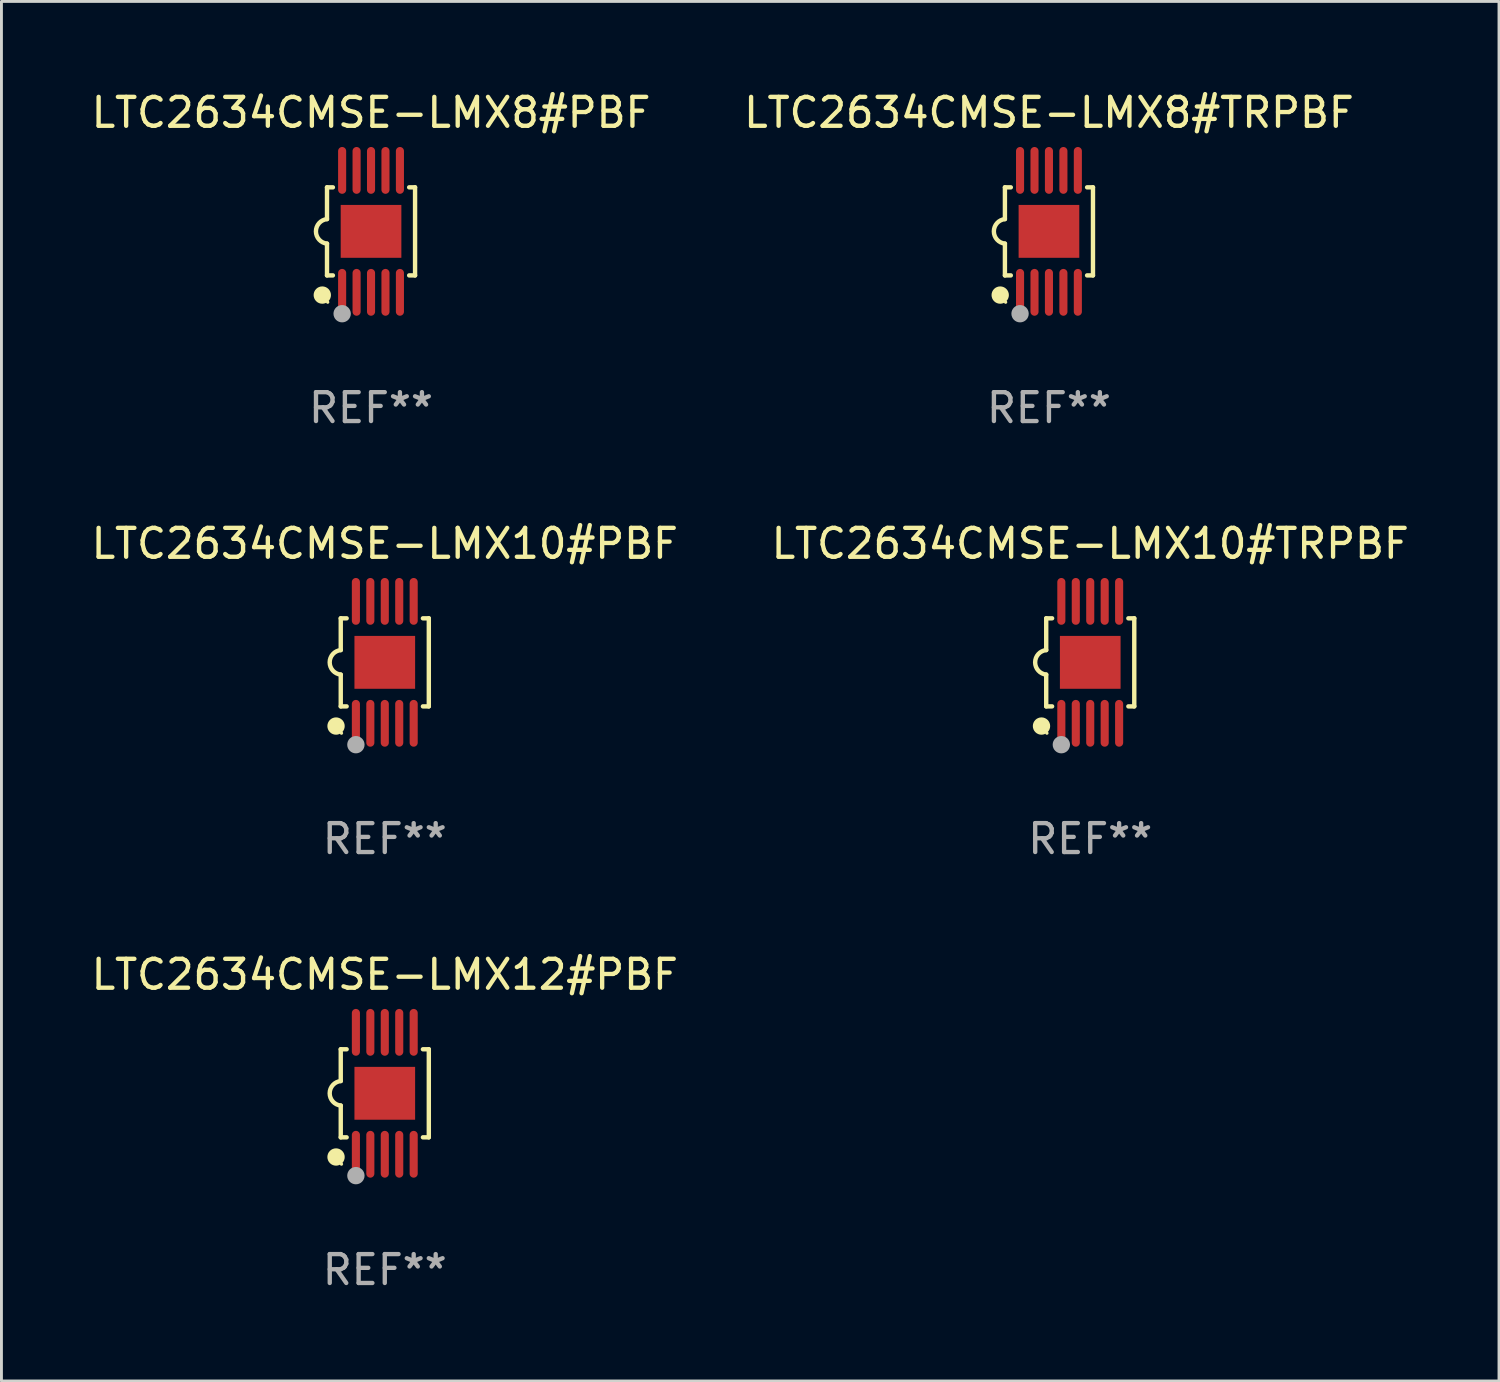
<source format=kicad_pcb>
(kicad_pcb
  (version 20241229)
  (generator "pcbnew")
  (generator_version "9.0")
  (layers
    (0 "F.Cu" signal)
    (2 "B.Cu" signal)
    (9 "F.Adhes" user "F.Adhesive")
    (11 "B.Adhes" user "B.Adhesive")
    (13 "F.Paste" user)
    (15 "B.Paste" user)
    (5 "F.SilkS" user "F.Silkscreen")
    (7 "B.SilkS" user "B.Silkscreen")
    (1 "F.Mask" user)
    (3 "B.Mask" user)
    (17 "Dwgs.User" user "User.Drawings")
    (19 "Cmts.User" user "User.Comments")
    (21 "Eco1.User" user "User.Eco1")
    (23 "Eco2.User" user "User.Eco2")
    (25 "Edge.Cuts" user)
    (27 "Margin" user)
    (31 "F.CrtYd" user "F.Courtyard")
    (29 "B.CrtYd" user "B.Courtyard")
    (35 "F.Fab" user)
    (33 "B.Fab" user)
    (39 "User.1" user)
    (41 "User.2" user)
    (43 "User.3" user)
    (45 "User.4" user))
  (footprint "LTC2634CMSE-LMX8#TRPBF"
    (layer "F.Cu")
    (at 33.256 4.958)
    (property "Reference" "LTC2634CMSE-LMX8#TRPBF" (at 0 -4.11 0) (layer "F.SilkS") (effects (font (size 1 1) (thickness 0.15))))
    (attr through_hole)
    (fp_line (start -1.524 -1.524) (end -1.524 -0.424) (stroke (width 0.152) (type solid)) (layer "F.SilkS"))
    (fp_line (start -1.524 1.524) (end -1.524 0.424) (stroke (width 0.152) (type solid)) (layer "F.SilkS"))
    (fp_line (start -1.524 1.524) (end -1.32 1.524) (stroke (width 0.152) (type solid)) (layer "F.SilkS"))
    (fp_line (start -1.32 -1.524) (end -1.524 -1.524) (stroke (width 0.152) (type solid)) (layer "F.SilkS"))
    (fp_line (start 1.32 1.524) (end 1.524 1.524) (stroke (width 0.152) (type solid)) (layer "F.SilkS"))
    (fp_line (start 1.524 -1.524) (end 1.32 -1.524) (stroke (width 0.152) (type solid)) (layer "F.SilkS"))
    (fp_line (start 1.524 1.524) (end 1.524 -1.524) (stroke (width 0.152) (type solid)) (layer "F.SilkS"))
    (fp_arc (start -1.524003 0.424003) (mid -1.906663 -0.000089) (end -1.524004 -0.424181) (stroke (width 0.151994) (type solid)) (layer "F.SilkS"))
    (fp_circle (center -1.687 2.205) (end -1.537 2.205) (stroke (width 0.3) (type solid)) (fill no) (layer "F.SilkS"))
    (fp_circle (center -1.5 2.45) (end -1.47 2.45) (stroke (width 0.06) (type solid)) (fill no) (layer "F.SilkS"))
    (fp_circle (center -1 2.85) (end -0.85 2.85) (stroke (width 0.3) (type solid)) (fill no) (layer "F.Fab"))
    (fp_text user "REF**" (at 0 6.11 0) (layer "F.Fab") (effects (font (size 1 1) (thickness 0.15))))
    (pad "1" smd oval (at -1 2.11) (size 0.28 1.62) (layers "F.Cu" "F.Mask" "F.Paste"))
    (pad "2" smd oval (at -0.5 2.11) (size 0.28 1.62) (layers "F.Cu" "F.Mask" "F.Paste"))
    (pad "3" smd oval (at 0 2.11) (size 0.28 1.62) (layers "F.Cu" "F.Mask" "F.Paste"))
    (pad "4" smd oval (at 0.5 2.11) (size 0.28 1.62) (layers "F.Cu" "F.Mask" "F.Paste"))
    (pad "5" smd oval (at 1 2.11) (size 0.28 1.62) (layers "F.Cu" "F.Mask" "F.Paste"))
    (pad "6" smd oval (at 1 -2.11) (size 0.28 1.62) (layers "F.Cu" "F.Mask" "F.Paste"))
    (pad "7" smd oval (at 0.5 -2.11) (size 0.28 1.62) (layers "F.Cu" "F.Mask" "F.Paste"))
    (pad "8" smd oval (at 0 -2.11) (size 0.28 1.62) (layers "F.Cu" "F.Mask" "F.Paste"))
    (pad "9" smd oval (at -0.5 -2.11) (size 0.28 1.62) (layers "F.Cu" "F.Mask" "F.Paste"))
    (pad "10" smd oval (at -1 -2.11) (size 0.28 1.62) (layers "F.Cu" "F.Mask" "F.Paste"))
    (pad "11" smd rect (at 0 0) (size 2.1 1.83) (layers "F.Cu" "F.Mask" "F.Paste")))
  (footprint "LTC2634CMSE-LMX12#PBF"
    (layer "F.Cu")
    (at 10.268 34.791)
    (property "Reference" "LTC2634CMSE-LMX12#PBF" (at 0 -4.11 0) (layer "F.SilkS") (effects (font (size 1 1) (thickness 0.15))))
    (attr through_hole)
    (fp_line (start -1.524 -1.524) (end -1.524 -0.424) (stroke (width 0.152) (type solid)) (layer "F.SilkS"))
    (fp_line (start -1.524 1.524) (end -1.524 0.424) (stroke (width 0.152) (type solid)) (layer "F.SilkS"))
    (fp_line (start -1.524 1.524) (end -1.32 1.524) (stroke (width 0.152) (type solid)) (layer "F.SilkS"))
    (fp_line (start -1.32 -1.524) (end -1.524 -1.524) (stroke (width 0.152) (type solid)) (layer "F.SilkS"))
    (fp_line (start 1.32 1.524) (end 1.524 1.524) (stroke (width 0.152) (type solid)) (layer "F.SilkS"))
    (fp_line (start 1.524 -1.524) (end 1.32 -1.524) (stroke (width 0.152) (type solid)) (layer "F.SilkS"))
    (fp_line (start 1.524 1.524) (end 1.524 -1.524) (stroke (width 0.152) (type solid)) (layer "F.SilkS"))
    (fp_arc (start -1.524003 0.424003) (mid -1.906663 -0.000089) (end -1.524004 -0.424181) (stroke (width 0.151994) (type solid)) (layer "F.SilkS"))
    (fp_circle (center -1.687 2.205) (end -1.537 2.205) (stroke (width 0.3) (type solid)) (fill no) (layer "F.SilkS"))
    (fp_circle (center -1.5 2.45) (end -1.47 2.45) (stroke (width 0.06) (type solid)) (fill no) (layer "F.SilkS"))
    (fp_circle (center -1 2.85) (end -0.85 2.85) (stroke (width 0.3) (type solid)) (fill no) (layer "F.Fab"))
    (fp_text user "REF**" (at 0 6.11 0) (layer "F.Fab") (effects (font (size 1 1) (thickness 0.15))))
    (pad "1" smd oval (at -1 2.11) (size 0.28 1.62) (layers "F.Cu" "F.Mask" "F.Paste"))
    (pad "2" smd oval (at -0.5 2.11) (size 0.28 1.62) (layers "F.Cu" "F.Mask" "F.Paste"))
    (pad "3" smd oval (at 0 2.11) (size 0.28 1.62) (layers "F.Cu" "F.Mask" "F.Paste"))
    (pad "4" smd oval (at 0.5 2.11) (size 0.28 1.62) (layers "F.Cu" "F.Mask" "F.Paste"))
    (pad "5" smd oval (at 1 2.11) (size 0.28 1.62) (layers "F.Cu" "F.Mask" "F.Paste"))
    (pad "6" smd oval (at 1 -2.11) (size 0.28 1.62) (layers "F.Cu" "F.Mask" "F.Paste"))
    (pad "7" smd oval (at 0.5 -2.11) (size 0.28 1.62) (layers "F.Cu" "F.Mask" "F.Paste"))
    (pad "8" smd oval (at 0 -2.11) (size 0.28 1.62) (layers "F.Cu" "F.Mask" "F.Paste"))
    (pad "9" smd oval (at -0.5 -2.11) (size 0.28 1.62) (layers "F.Cu" "F.Mask" "F.Paste"))
    (pad "10" smd oval (at -1 -2.11) (size 0.28 1.62) (layers "F.Cu" "F.Mask" "F.Paste"))
    (pad "11" smd rect (at 0 0) (size 2.1 1.83) (layers "F.Cu" "F.Mask" "F.Paste")))
  (footprint "LTC2634CMSE-LMX8#PBF"
    (layer "F.Cu")
    (at 9.792 4.958)
    (property "Reference" "LTC2634CMSE-LMX8#PBF" (at 0 -4.11 0) (layer "F.SilkS") (effects (font (size 1 1) (thickness 0.15))))
    (attr through_hole)
    (fp_line (start -1.524 -1.524) (end -1.524 -0.424) (stroke (width 0.152) (type solid)) (layer "F.SilkS"))
    (fp_line (start -1.524 1.524) (end -1.524 0.424) (stroke (width 0.152) (type solid)) (layer "F.SilkS"))
    (fp_line (start -1.524 1.524) (end -1.32 1.524) (stroke (width 0.152) (type solid)) (layer "F.SilkS"))
    (fp_line (start -1.32 -1.524) (end -1.524 -1.524) (stroke (width 0.152) (type solid)) (layer "F.SilkS"))
    (fp_line (start 1.32 1.524) (end 1.524 1.524) (stroke (width 0.152) (type solid)) (layer "F.SilkS"))
    (fp_line (start 1.524 -1.524) (end 1.32 -1.524) (stroke (width 0.152) (type solid)) (layer "F.SilkS"))
    (fp_line (start 1.524 1.524) (end 1.524 -1.524) (stroke (width 0.152) (type solid)) (layer "F.SilkS"))
    (fp_arc (start -1.524003 0.424003) (mid -1.906663 -0.000089) (end -1.524004 -0.424181) (stroke (width 0.151994) (type solid)) (layer "F.SilkS"))
    (fp_circle (center -1.687 2.205) (end -1.537 2.205) (stroke (width 0.3) (type solid)) (fill no) (layer "F.SilkS"))
    (fp_circle (center -1.5 2.45) (end -1.47 2.45) (stroke (width 0.06) (type solid)) (fill no) (layer "F.SilkS"))
    (fp_circle (center -1 2.85) (end -0.85 2.85) (stroke (width 0.3) (type solid)) (fill no) (layer "F.Fab"))
    (fp_text user "REF**" (at 0 6.11 0) (layer "F.Fab") (effects (font (size 1 1) (thickness 0.15))))
    (pad "1" smd oval (at -1 2.11) (size 0.28 1.62) (layers "F.Cu" "F.Mask" "F.Paste"))
    (pad "2" smd oval (at -0.5 2.11) (size 0.28 1.62) (layers "F.Cu" "F.Mask" "F.Paste"))
    (pad "3" smd oval (at 0 2.11) (size 0.28 1.62) (layers "F.Cu" "F.Mask" "F.Paste"))
    (pad "4" smd oval (at 0.5 2.11) (size 0.28 1.62) (layers "F.Cu" "F.Mask" "F.Paste"))
    (pad "5" smd oval (at 1 2.11) (size 0.28 1.62) (layers "F.Cu" "F.Mask" "F.Paste"))
    (pad "6" smd oval (at 1 -2.11) (size 0.28 1.62) (layers "F.Cu" "F.Mask" "F.Paste"))
    (pad "7" smd oval (at 0.5 -2.11) (size 0.28 1.62) (layers "F.Cu" "F.Mask" "F.Paste"))
    (pad "8" smd oval (at 0 -2.11) (size 0.28 1.62) (layers "F.Cu" "F.Mask" "F.Paste"))
    (pad "9" smd oval (at -0.5 -2.11) (size 0.28 1.62) (layers "F.Cu" "F.Mask" "F.Paste"))
    (pad "10" smd oval (at -1 -2.11) (size 0.28 1.62) (layers "F.Cu" "F.Mask" "F.Paste"))
    (pad "11" smd rect (at 0 0) (size 2.1 1.83) (layers "F.Cu" "F.Mask" "F.Paste")))
  (footprint "LTC2634CMSE-LMX10#PBF"
    (layer "F.Cu")
    (at 10.268 19.875)
    (property "Reference" "LTC2634CMSE-LMX10#PBF" (at 0 -4.11 0) (layer "F.SilkS") (effects (font (size 1 1) (thickness 0.15))))
    (attr through_hole)
    (fp_line (start -1.524 -1.524) (end -1.524 -0.424) (stroke (width 0.152) (type solid)) (layer "F.SilkS"))
    (fp_line (start -1.524 1.524) (end -1.524 0.424) (stroke (width 0.152) (type solid)) (layer "F.SilkS"))
    (fp_line (start -1.524 1.524) (end -1.32 1.524) (stroke (width 0.152) (type solid)) (layer "F.SilkS"))
    (fp_line (start -1.32 -1.524) (end -1.524 -1.524) (stroke (width 0.152) (type solid)) (layer "F.SilkS"))
    (fp_line (start 1.32 1.524) (end 1.524 1.524) (stroke (width 0.152) (type solid)) (layer "F.SilkS"))
    (fp_line (start 1.524 -1.524) (end 1.32 -1.524) (stroke (width 0.152) (type solid)) (layer "F.SilkS"))
    (fp_line (start 1.524 1.524) (end 1.524 -1.524) (stroke (width 0.152) (type solid)) (layer "F.SilkS"))
    (fp_arc (start -1.524003 0.424003) (mid -1.906663 -0.000089) (end -1.524004 -0.424181) (stroke (width 0.151994) (type solid)) (layer "F.SilkS"))
    (fp_circle (center -1.687 2.205) (end -1.537 2.205) (stroke (width 0.3) (type solid)) (fill no) (layer "F.SilkS"))
    (fp_circle (center -1.5 2.45) (end -1.47 2.45) (stroke (width 0.06) (type solid)) (fill no) (layer "F.SilkS"))
    (fp_circle (center -1 2.85) (end -0.85 2.85) (stroke (width 0.3) (type solid)) (fill no) (layer "F.Fab"))
    (fp_text user "REF**" (at 0 6.11 0) (layer "F.Fab") (effects (font (size 1 1) (thickness 0.15))))
    (pad "1" smd oval (at -1 2.11) (size 0.28 1.62) (layers "F.Cu" "F.Mask" "F.Paste"))
    (pad "2" smd oval (at -0.5 2.11) (size 0.28 1.62) (layers "F.Cu" "F.Mask" "F.Paste"))
    (pad "3" smd oval (at 0 2.11) (size 0.28 1.62) (layers "F.Cu" "F.Mask" "F.Paste"))
    (pad "4" smd oval (at 0.5 2.11) (size 0.28 1.62) (layers "F.Cu" "F.Mask" "F.Paste"))
    (pad "5" smd oval (at 1 2.11) (size 0.28 1.62) (layers "F.Cu" "F.Mask" "F.Paste"))
    (pad "6" smd oval (at 1 -2.11) (size 0.28 1.62) (layers "F.Cu" "F.Mask" "F.Paste"))
    (pad "7" smd oval (at 0.5 -2.11) (size 0.28 1.62) (layers "F.Cu" "F.Mask" "F.Paste"))
    (pad "8" smd oval (at 0 -2.11) (size 0.28 1.62) (layers "F.Cu" "F.Mask" "F.Paste"))
    (pad "9" smd oval (at -0.5 -2.11) (size 0.28 1.62) (layers "F.Cu" "F.Mask" "F.Paste"))
    (pad "10" smd oval (at -1 -2.11) (size 0.28 1.62) (layers "F.Cu" "F.Mask" "F.Paste"))
    (pad "11" smd rect (at 0 0) (size 2.1 1.83) (layers "F.Cu" "F.Mask" "F.Paste")))
  (footprint "LTC2634CMSE-LMX10#TRPBF"
    (layer "F.Cu")
    (at 34.685 19.875)
    (property "Reference" "LTC2634CMSE-LMX10#TRPBF" (at 0 -4.11 0) (layer "F.SilkS") (effects (font (size 1 1) (thickness 0.15))))
    (attr through_hole)
    (fp_line (start -1.524 -1.524) (end -1.524 -0.424) (stroke (width 0.152) (type solid)) (layer "F.SilkS"))
    (fp_line (start -1.524 1.524) (end -1.524 0.424) (stroke (width 0.152) (type solid)) (layer "F.SilkS"))
    (fp_line (start -1.524 1.524) (end -1.32 1.524) (stroke (width 0.152) (type solid)) (layer "F.SilkS"))
    (fp_line (start -1.32 -1.524) (end -1.524 -1.524) (stroke (width 0.152) (type solid)) (layer "F.SilkS"))
    (fp_line (start 1.32 1.524) (end 1.524 1.524) (stroke (width 0.152) (type solid)) (layer "F.SilkS"))
    (fp_line (start 1.524 -1.524) (end 1.32 -1.524) (stroke (width 0.152) (type solid)) (layer "F.SilkS"))
    (fp_line (start 1.524 1.524) (end 1.524 -1.524) (stroke (width 0.152) (type solid)) (layer "F.SilkS"))
    (fp_arc (start -1.524003 0.424003) (mid -1.906663 -0.000089) (end -1.524004 -0.424181) (stroke (width 0.151994) (type solid)) (layer "F.SilkS"))
    (fp_circle (center -1.687 2.205) (end -1.537 2.205) (stroke (width 0.3) (type solid)) (fill no) (layer "F.SilkS"))
    (fp_circle (center -1.5 2.45) (end -1.47 2.45) (stroke (width 0.06) (type solid)) (fill no) (layer "F.SilkS"))
    (fp_circle (center -1 2.85) (end -0.85 2.85) (stroke (width 0.3) (type solid)) (fill no) (layer "F.Fab"))
    (fp_text user "REF**" (at 0 6.11 0) (layer "F.Fab") (effects (font (size 1 1) (thickness 0.15))))
    (pad "1" smd oval (at -1 2.11) (size 0.28 1.62) (layers "F.Cu" "F.Mask" "F.Paste"))
    (pad "2" smd oval (at -0.5 2.11) (size 0.28 1.62) (layers "F.Cu" "F.Mask" "F.Paste"))
    (pad "3" smd oval (at 0 2.11) (size 0.28 1.62) (layers "F.Cu" "F.Mask" "F.Paste"))
    (pad "4" smd oval (at 0.5 2.11) (size 0.28 1.62) (layers "F.Cu" "F.Mask" "F.Paste"))
    (pad "5" smd oval (at 1 2.11) (size 0.28 1.62) (layers "F.Cu" "F.Mask" "F.Paste"))
    (pad "6" smd oval (at 1 -2.11) (size 0.28 1.62) (layers "F.Cu" "F.Mask" "F.Paste"))
    (pad "7" smd oval (at 0.5 -2.11) (size 0.28 1.62) (layers "F.Cu" "F.Mask" "F.Paste"))
    (pad "8" smd oval (at 0 -2.11) (size 0.28 1.62) (layers "F.Cu" "F.Mask" "F.Paste"))
    (pad "9" smd oval (at -0.5 -2.11) (size 0.28 1.62) (layers "F.Cu" "F.Mask" "F.Paste"))
    (pad "10" smd oval (at -1 -2.11) (size 0.28 1.62) (layers "F.Cu" "F.Mask" "F.Paste"))
    (pad "11" smd rect (at 0 0) (size 2.1 1.83) (layers "F.Cu" "F.Mask" "F.Paste")))
  (gr_rect
    (start -3 -3)
    (end 48.833 44.749)
    (stroke (width 0.1) (type default))
    (fill no)
    (layer "Edge.Cuts")))
</source>
